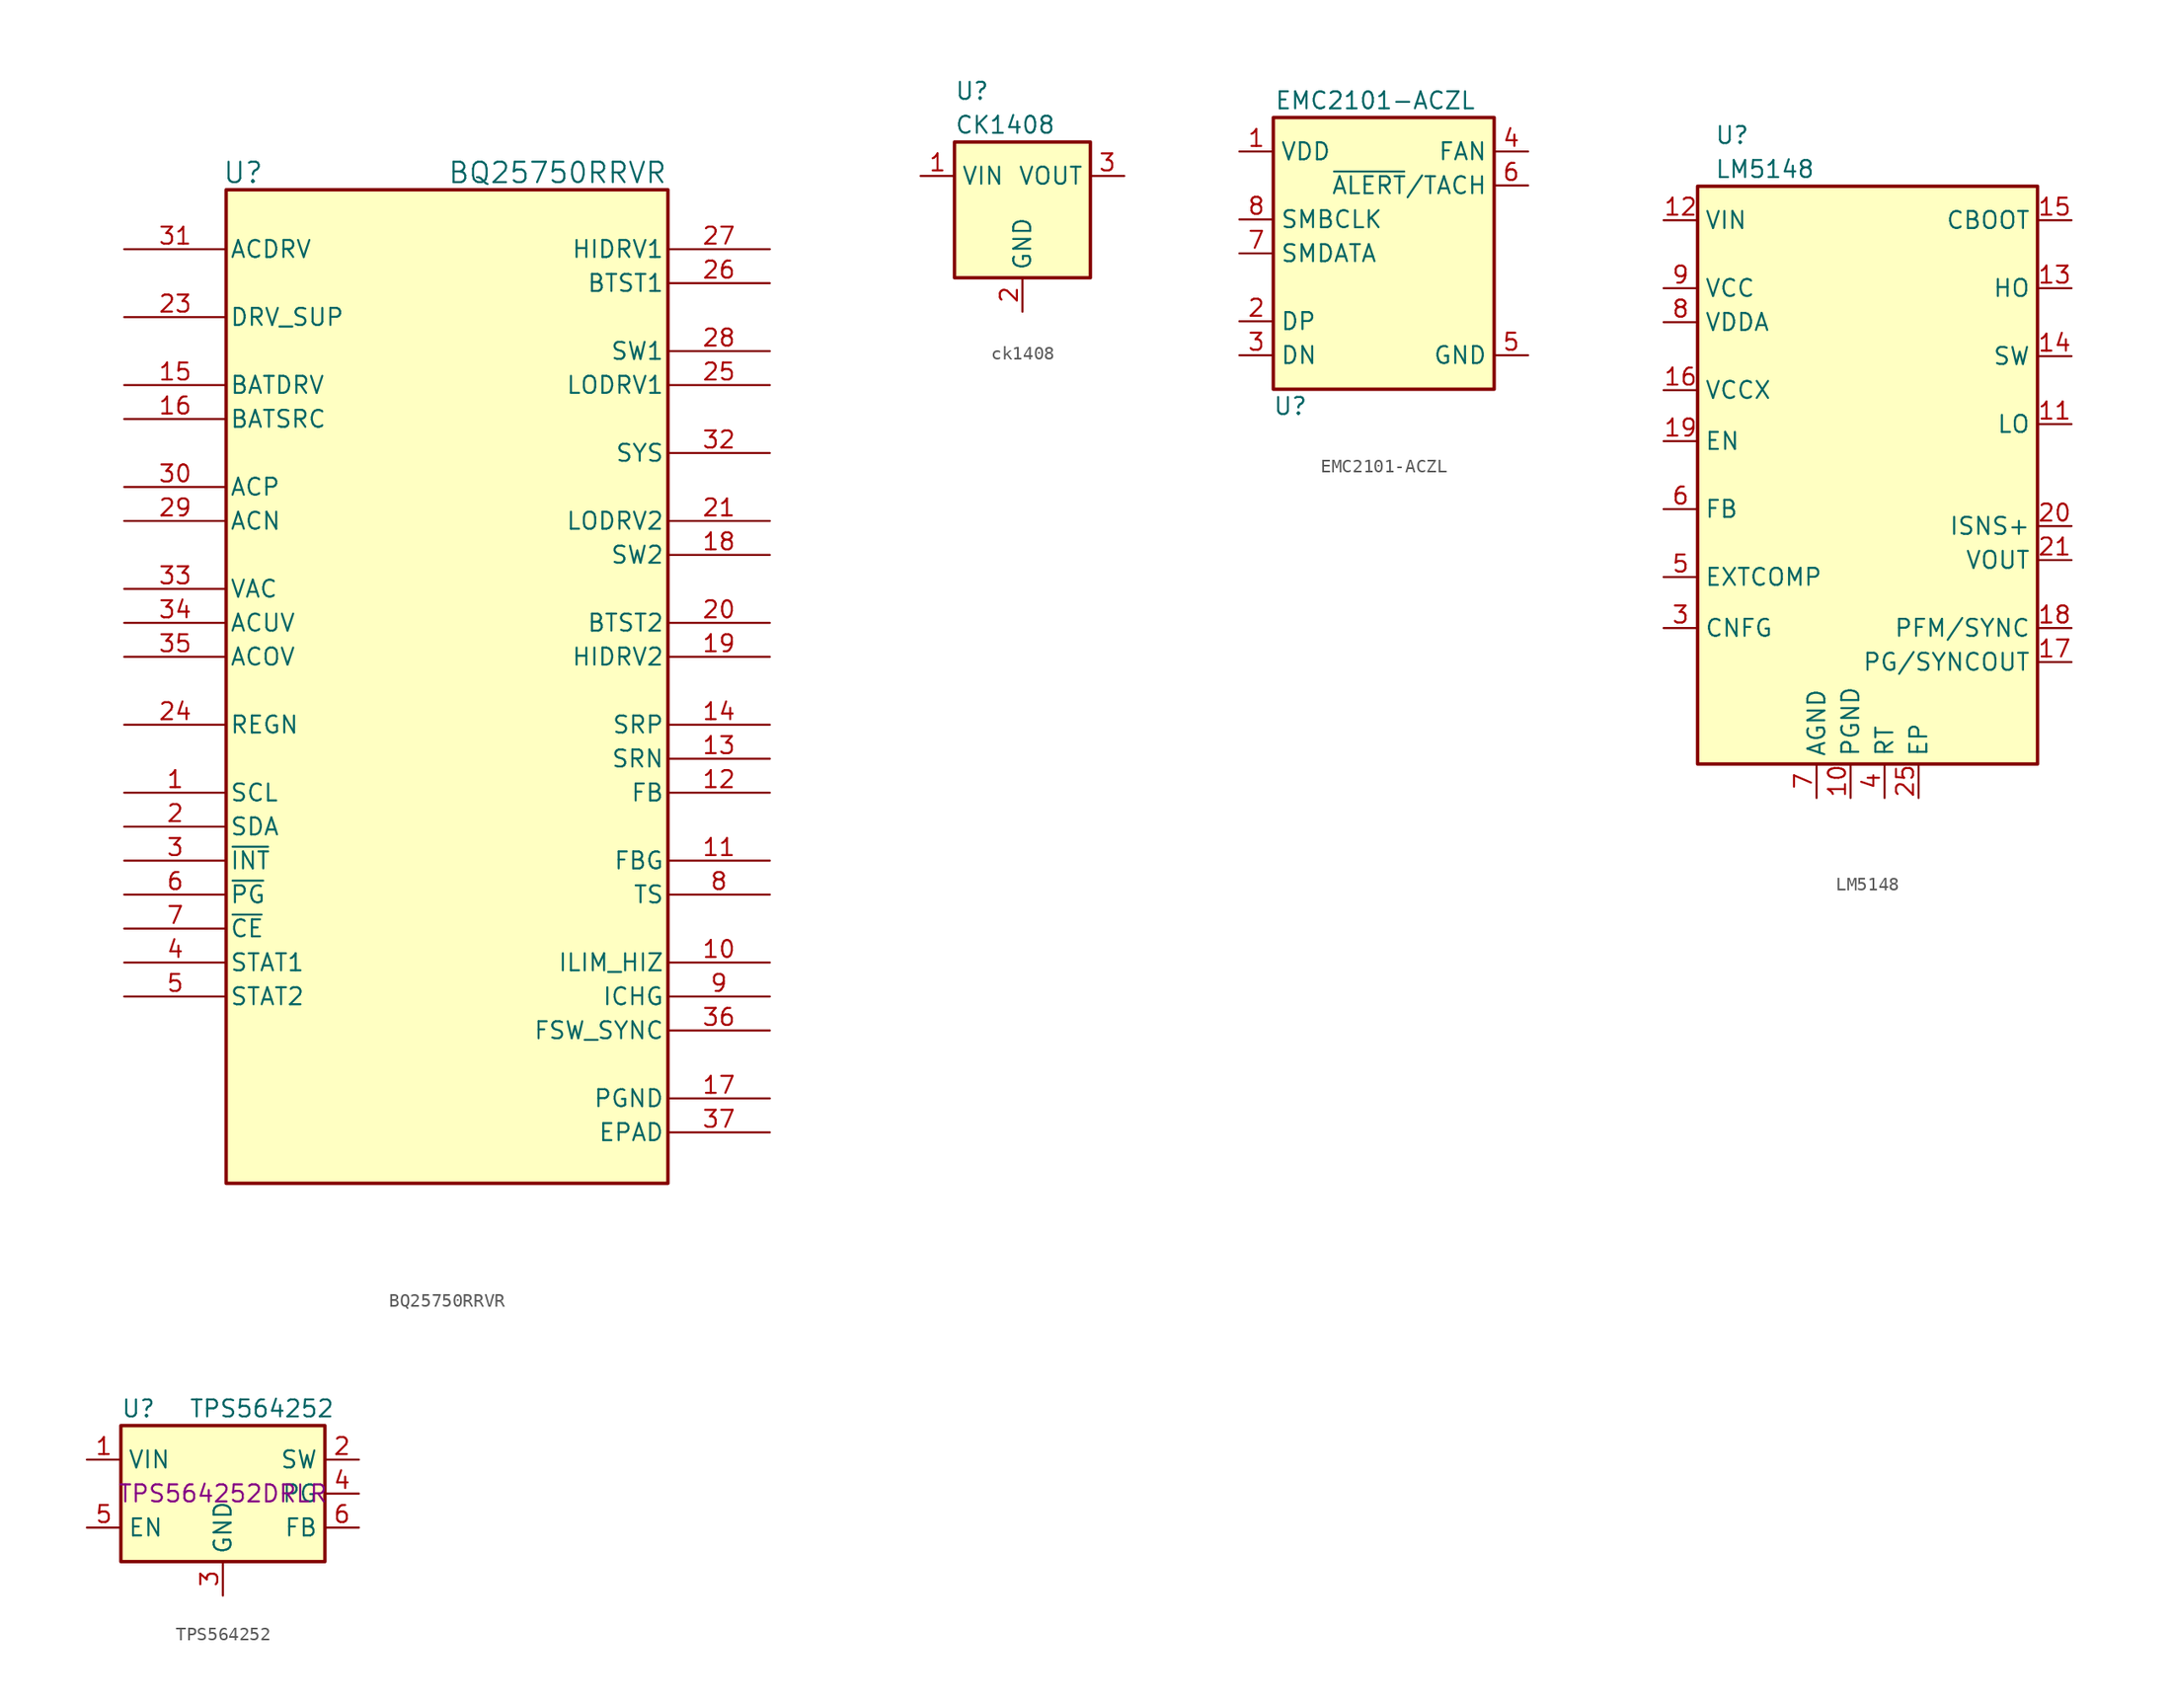
<source format=kicad_sym>
(kicad_symbol_lib
  (version 20220914)
  (generator kicad_symbol_editor)
  (symbol "BQ25750RRVR"
    (pin_names
      (offset 0.254))
    (property "Reference" "U"
      (at -15.24 36.195 0)
      (effects (font (size 1.524 1.524))))
    (property "Value" "BQ25750RRVR"
      (at 8.255 36.195 0)
      (effects (font (size 1.524 1.524))))
    (symbol "BQ25750RRVR_0_1"
      (pin input line (at -24.13 -10.16 0) (length 7.62) (name "SCL" (effects (font (size 1.27 1.27)))) (number "1" (effects (font (size 1.27 1.27)))))
      (pin input line (at 24.13 -22.86 180) (length 7.62) (name "ILIM_HIZ" (effects (font (size 1.27 1.27)))) (number "10" (effects (font (size 1.27 1.27)))))
      (pin input line (at 24.13 -15.24 180) (length 7.62) (name "FBG" (effects (font (size 1.27 1.27)))) (number "11" (effects (font (size 1.27 1.27)))))
      (pin input line (at 24.13 -10.16 180) (length 7.62) (name "FB" (effects (font (size 1.27 1.27)))) (number "12" (effects (font (size 1.27 1.27)))))
      (pin input line (at 24.13 -7.62 180) (length 7.62) (name "SRN" (effects (font (size 1.27 1.27)))) (number "13" (effects (font (size 1.27 1.27)))))
      (pin input line (at 24.13 -5.08 180) (length 7.62) (name "SRP" (effects (font (size 1.27 1.27)))) (number "14" (effects (font (size 1.27 1.27)))))
      (pin output line (at -24.13 20.32 0) (length 7.62) (name "BATDRV" (effects (font (size 1.27 1.27)))) (number "15" (effects (font (size 1.27 1.27)))))
      (pin input line (at -24.13 17.78 0) (length 7.62) (name "BATSRC" (effects (font (size 1.27 1.27)))) (number "16" (effects (font (size 1.27 1.27)))))
      (pin power_out line (at 24.13 -33.02 180) (length 7.62) (name "PGND" (effects (font (size 1.27 1.27)))) (number "17" (effects (font (size 1.27 1.27)))))
      (pin power_in line (at 24.13 7.62 180) (length 7.62) (name "SW2" (effects (font (size 1.27 1.27)))) (number "18" (effects (font (size 1.27 1.27)))))
      (pin output line (at 24.13 0 180) (length 7.62) (name "HIDRV2" (effects (font (size 1.27 1.27)))) (number "19" (effects (font (size 1.27 1.27)))))
      (pin bidirectional line (at -24.13 -12.7 0) (length 7.62) (name "SDA" (effects (font (size 1.27 1.27)))) (number "2" (effects (font (size 1.27 1.27)))))
      (pin power_in line (at 24.13 2.54 180) (length 7.62) (name "BTST2" (effects (font (size 1.27 1.27)))) (number "20" (effects (font (size 1.27 1.27)))))
      (pin output line (at 24.13 10.16 180) (length 7.62) (name "LODRV2" (effects (font (size 1.27 1.27)))) (number "21" (effects (font (size 1.27 1.27)))))
      (pin power_in line (at -24.13 25.4 0) (length 7.62) (name "DRV_SUP" (effects (font (size 1.27 1.27)))) (number "23" (effects (font (size 1.27 1.27)))))
      (pin power_in line (at -24.13 -5.08 0) (length 7.62) (name "REGN" (effects (font (size 1.27 1.27)))) (number "24" (effects (font (size 1.27 1.27)))))
      (pin output line (at 24.13 20.32 180) (length 7.62) (name "LODRV1" (effects (font (size 1.27 1.27)))) (number "25" (effects (font (size 1.27 1.27)))))
      (pin power_in line (at 24.13 27.94 180) (length 7.62) (name "BTST1" (effects (font (size 1.27 1.27)))) (number "26" (effects (font (size 1.27 1.27)))))
      (pin output line (at 24.13 30.48 180) (length 7.62) (name "HIDRV1" (effects (font (size 1.27 1.27)))) (number "27" (effects (font (size 1.27 1.27)))))
      (pin power_in line (at 24.13 22.86 180) (length 7.62) (name "SW1" (effects (font (size 1.27 1.27)))) (number "28" (effects (font (size 1.27 1.27)))))
      (pin input line (at -24.13 10.16 0) (length 7.62) (name "ACN" (effects (font (size 1.27 1.27)))) (number "29" (effects (font (size 1.27 1.27)))))
      (pin input line (at -24.13 12.7 0) (length 7.62) (name "ACP" (effects (font (size 1.27 1.27)))) (number "30" (effects (font (size 1.27 1.27)))))
      (pin output line (at -24.13 30.48 0) (length 7.62) (name "ACDRV" (effects (font (size 1.27 1.27)))) (number "31" (effects (font (size 1.27 1.27)))))
      (pin input line (at 24.13 15.24 180) (length 7.62) (name "SYS" (effects (font (size 1.27 1.27)))) (number "32" (effects (font (size 1.27 1.27)))))
      (pin input line (at -24.13 5.08 0) (length 7.62) (name "VAC" (effects (font (size 1.27 1.27)))) (number "33" (effects (font (size 1.27 1.27)))))
      (pin input line (at -24.13 2.54 0) (length 7.62) (name "ACUV" (effects (font (size 1.27 1.27)))) (number "34" (effects (font (size 1.27 1.27)))))
      (pin input line (at -24.13 0 0) (length 7.62) (name "ACOV" (effects (font (size 1.27 1.27)))) (number "35" (effects (font (size 1.27 1.27)))))
      (pin power_in line (at 24.13 -27.94 180) (length 7.62) (name "FSW_SYNC" (effects (font (size 1.27 1.27)))) (number "36" (effects (font (size 1.27 1.27)))))
      (pin power_out line (at 24.13 -35.56 180) (length 7.62) (name "EPAD" (effects (font (size 1.27 1.27)))) (number "37" (effects (font (size 1.27 1.27)))))
      (pin output line (at -24.13 -22.86 0) (length 7.62) (name "STAT1" (effects (font (size 1.27 1.27)))) (number "4" (effects (font (size 1.27 1.27)))))
      (pin output line (at -24.13 -25.4 0) (length 7.62) (name "STAT2" (effects (font (size 1.27 1.27)))) (number "5" (effects (font (size 1.27 1.27)))))
      (pin bidirectional line (at -24.13 -20.32 0) (length 7.62) (name "~{CE}" (effects (font (size 1.27 1.27)))) (number "7" (effects (font (size 1.27 1.27)))))
      (pin input line (at 24.13 -17.78 180) (length 7.62) (name "TS" (effects (font (size 1.27 1.27)))) (number "8" (effects (font (size 1.27 1.27)))))
      (pin input line (at 24.13 -25.4 180) (length 7.62) (name "ICHG" (effects (font (size 1.27 1.27)))) (number "9" (effects (font (size 1.27 1.27))))))
    (symbol "BQ25750RRVR_1_1"
      (rectangle (start -16.51 34.925) (end 16.51 -39.37) (stroke (width 0.254) (type default)) (fill (type background)))
      (pin power_in line (at 24.13 -33.02 180) (length 7.62) hide (name "PGND" (effects (font (size 1.27 1.27)))) (number "22" (effects (font (size 1.27 1.27)))))
      (pin output line (at -24.13 -15.24 0) (length 7.62) (name "~{INT}" (effects (font (size 1.27 1.27)))) (number "3" (effects (font (size 1.27 1.27)))))
      (pin output line (at -24.13 -17.78 0) (length 7.62) (name "~{PG}" (effects (font (size 1.27 1.27)))) (number "6" (effects (font (size 1.27 1.27)))))))
  (symbol "ck1408"
    (property "Reference" "U"
      (at -5.08 8.89 0)
      (effects (font (size 1.27 1.27)) (justify left)))
    (property "Value" "CK1408"
      (at -5.08 6.35 0)
      (effects (font (size 1.27 1.27)) (justify left)))
    (symbol "ck1408_1_1"
      (rectangle (start -5.08 5.08) (end 5.08 -5.08) (stroke (width 0.254) (type default)) (fill (type background)))
      (pin input line (at -7.62 2.54 0) (length 2.54) (name "VIN" (effects (font (size 1.27 1.27)))) (number "1" (effects (font (size 1.27 1.27)))))
      (pin input line (at 0 -7.62 90) (length 2.54) (name "GND" (effects (font (size 1.27 1.27)))) (number "2" (effects (font (size 1.27 1.27)))))
      (pin input line (at 7.62 2.54 180) (length 2.54) (name "VOUT" (effects (font (size 1.27 1.27)))) (number "3" (effects (font (size 1.27 1.27)))))))
  (symbol "EMC2101-ACZL"
    (property "Reference" "U"
      (at -7.62 -11.43 0)
      (effects (font (size 1.27 1.27))))
    (property "Value" "EMC2101-ACZL"
      (at -1.27 11.43 0)
      (effects (font (size 1.27 1.27))))
    (symbol "EMC2101-ACZL_1_0"
      (pin input line (at -11.43 7.62 0) (length 2.54) (name "VDD" (effects (font (size 1.27 1.27)))) (number "1" (effects (font (size 1.27 1.27)))))
      (pin input line (at -11.43 -5.08 0) (length 2.54) (name "DP" (effects (font (size 1.27 1.27)))) (number "2" (effects (font (size 1.27 1.27)))))
      (pin input line (at -11.43 -7.62 0) (length 2.54) (name "DN" (effects (font (size 1.27 1.27)))) (number "3" (effects (font (size 1.27 1.27)))))
      (pin input line (at 10.16 7.62 180) (length 2.54) (name "FAN" (effects (font (size 1.27 1.27)))) (number "4" (effects (font (size 1.27 1.27)))))
      (pin input line (at 10.16 -7.62 180) (length 2.54) (name "GND" (effects (font (size 1.27 1.27)))) (number "5" (effects (font (size 1.27 1.27)))))
      (pin input line (at 10.16 5.08 180) (length 2.54) (name "~{ALERT}/TACH" (effects (font (size 1.27 1.27)))) (number "6" (effects (font (size 1.27 1.27)))))
      (pin input line (at -11.43 0 0) (length 2.54) (name "SMDATA" (effects (font (size 1.27 1.27)))) (number "7" (effects (font (size 1.27 1.27)))))
      (pin input line (at -11.43 2.54 0) (length 2.54) (name "SMBCLK" (effects (font (size 1.27 1.27)))) (number "8" (effects (font (size 1.27 1.27))))))
    (symbol "EMC2101-ACZL_1_1"
      (rectangle (start -8.89 10.16) (end 7.62 -10.16) (stroke (width 0.254) (type default)) (fill (type background)))))
  (symbol "LM5148"
    (property "Reference" "U"
      (at -11.43 25.4 0)
      (effects (font (size 1.27 1.27)) (justify left)))
    (property "Value" "LM5148"
      (at -11.43 22.86 0)
      (effects (font (size 1.27 1.27)) (justify left)))
    (symbol "LM5148_0_1"
      (rectangle (start -12.7 21.59) (end 12.7 -21.59) (stroke (width 0.254) (type default)) (fill (type background))))
    (symbol "LM5148_1_0"
      (pin passive line (at 3.81 -11.43 90) (length 2.54) hide (name "NC" (effects (font (size 1.27 1.27)))) (number "1" (effects (font (size 1.27 1.27)))))
      (pin passive line (at 3.81 -11.43 90) (length 2.54) hide (name "NC" (effects (font (size 1.27 1.27)))) (number "2" (effects (font (size 1.27 1.27)))))
      (pin passive line (at 3.81 -11.43 90) (length 2.54) hide (name "NC" (effects (font (size 1.27 1.27)))) (number "22" (effects (font (size 1.27 1.27)))))
      (pin passive line (at 3.81 -11.43 90) (length 2.54) hide (name "NC" (effects (font (size 1.27 1.27)))) (number "23" (effects (font (size 1.27 1.27)))))
      (pin passive line (at 3.81 -11.43 90) (length 2.54) hide (name "NC" (effects (font (size 1.27 1.27)))) (number "24" (effects (font (size 1.27 1.27)))))
      (pin passive line (at 3.81 -24.13 90) (length 2.54) (name "EP" (effects (font (size 1.27 1.27)))) (number "25" (effects (font (size 1.27 1.27))))))
    (symbol "LM5148_1_1"
      (pin power_in line (at -1.27 -24.13 90) (length 2.54) (name "PGND" (effects (font (size 1.27 1.27)))) (number "10" (effects (font (size 1.27 1.27)))))
      (pin output line (at 15.24 3.81 180) (length 2.54) (name "LO" (effects (font (size 1.27 1.27)))) (number "11" (effects (font (size 1.27 1.27)))))
      (pin power_in line (at -15.24 19.05 0) (length 2.54) (name "VIN" (effects (font (size 1.27 1.27)))) (number "12" (effects (font (size 1.27 1.27)))))
      (pin output line (at 15.24 13.97 180) (length 2.54) (name "HO" (effects (font (size 1.27 1.27)))) (number "13" (effects (font (size 1.27 1.27)))))
      (pin power_in line (at 15.24 8.89 180) (length 2.54) (name "SW" (effects (font (size 1.27 1.27)))) (number "14" (effects (font (size 1.27 1.27)))))
      (pin power_out line (at 15.24 19.05 180) (length 2.54) (name "CBOOT" (effects (font (size 1.27 1.27)))) (number "15" (effects (font (size 1.27 1.27)))))
      (pin power_in line (at -15.24 6.35 0) (length 2.54) (name "VCCX" (effects (font (size 1.27 1.27)))) (number "16" (effects (font (size 1.27 1.27)))))
      (pin output line (at 15.24 -13.97 180) (length 2.54) (name "PG/SYNCOUT" (effects (font (size 1.27 1.27)))) (number "17" (effects (font (size 1.27 1.27)))))
      (pin input line (at 15.24 -11.43 180) (length 2.54) (name "PFM/SYNC" (effects (font (size 1.27 1.27)))) (number "18" (effects (font (size 1.27 1.27)))))
      (pin input line (at -15.24 2.54 0) (length 2.54) (name "EN" (effects (font (size 1.27 1.27)))) (number "19" (effects (font (size 1.27 1.27)))))
      (pin passive line (at 15.24 -3.81 180) (length 2.54) (name "ISNS+" (effects (font (size 1.27 1.27)))) (number "20" (effects (font (size 1.27 1.27)))))
      (pin input line (at 15.24 -6.35 180) (length 2.54) (name "VOUT" (effects (font (size 1.27 1.27)))) (number "21" (effects (font (size 1.27 1.27)))))
      (pin passive line (at -15.24 -11.43 0) (length 2.54) (name "CNFG" (effects (font (size 1.27 1.27)))) (number "3" (effects (font (size 1.27 1.27)))))
      (pin power_out line (at 1.27 -24.13 90) (length 2.54) (name "RT" (effects (font (size 1.27 1.27)))) (number "4" (effects (font (size 1.27 1.27)))))
      (pin output line (at -15.24 -7.62 0) (length 2.54) (name "EXTCOMP" (effects (font (size 1.27 1.27)))) (number "5" (effects (font (size 1.27 1.27)))))
      (pin input line (at -15.24 -2.54 0) (length 2.54) (name "FB" (effects (font (size 1.27 1.27)))) (number "6" (effects (font (size 1.27 1.27)))))
      (pin power_in line (at -3.81 -24.13 90) (length 2.54) (name "AGND" (effects (font (size 1.27 1.27)))) (number "7" (effects (font (size 1.27 1.27)))))
      (pin power_out line (at -15.24 11.43 0) (length 2.54) (name "VDDA" (effects (font (size 1.27 1.27)))) (number "8" (effects (font (size 1.27 1.27)))))
      (pin power_out line (at -15.24 13.97 0) (length 2.54) (name "VCC" (effects (font (size 1.27 1.27)))) (number "9" (effects (font (size 1.27 1.27)))))))
  (symbol "TPS564252"
    (property "Reference" "U"
      (at -7.62 6.35 0)
      (effects (font (size 1.27 1.27)) (justify left)))
    (property "Value" "TPS564252"
      (at -2.54 6.35 0)
      (effects (font (size 1.27 1.27)) (justify left)))
    (property "MPN" "TPS564252DRLR"
      (at 0 0 0)
      (effects (font (size 1.27 1.27))))
    (symbol "TPS564252_0_1"
      (rectangle (start -7.62 5.08) (end 7.62 -5.08) (stroke (width 0.254) (type default)) (fill (type background))))
    (symbol "TPS564252_1_1"
      (pin power_in line (at -10.16 2.54 0) (length 2.54) (name "VIN" (effects (font (size 1.27 1.27)))) (number "1" (effects (font (size 1.27 1.27)))))
      (pin power_out line (at 10.16 2.54 180) (length 2.54) (name "SW" (effects (font (size 1.27 1.27)))) (number "2" (effects (font (size 1.27 1.27)))))
      (pin power_in line (at 0 -7.62 90) (length 2.54) (name "GND" (effects (font (size 1.27 1.27)))) (number "3" (effects (font (size 1.27 1.27)))))
      (pin passive line (at 10.16 0 180) (length 2.54) (name "PG" (effects (font (size 1.27 1.27)))) (number "4" (effects (font (size 1.27 1.27)))))
      (pin input line (at -10.16 -2.54 0) (length 2.54) (name "EN" (effects (font (size 1.27 1.27)))) (number "5" (effects (font (size 1.27 1.27)))))
      (pin input line (at 10.16 -2.54 180) (length 2.54) (name "FB" (effects (font (size 1.27 1.27)))) (number "6" (effects (font (size 1.27 1.27))))))))
</source>
